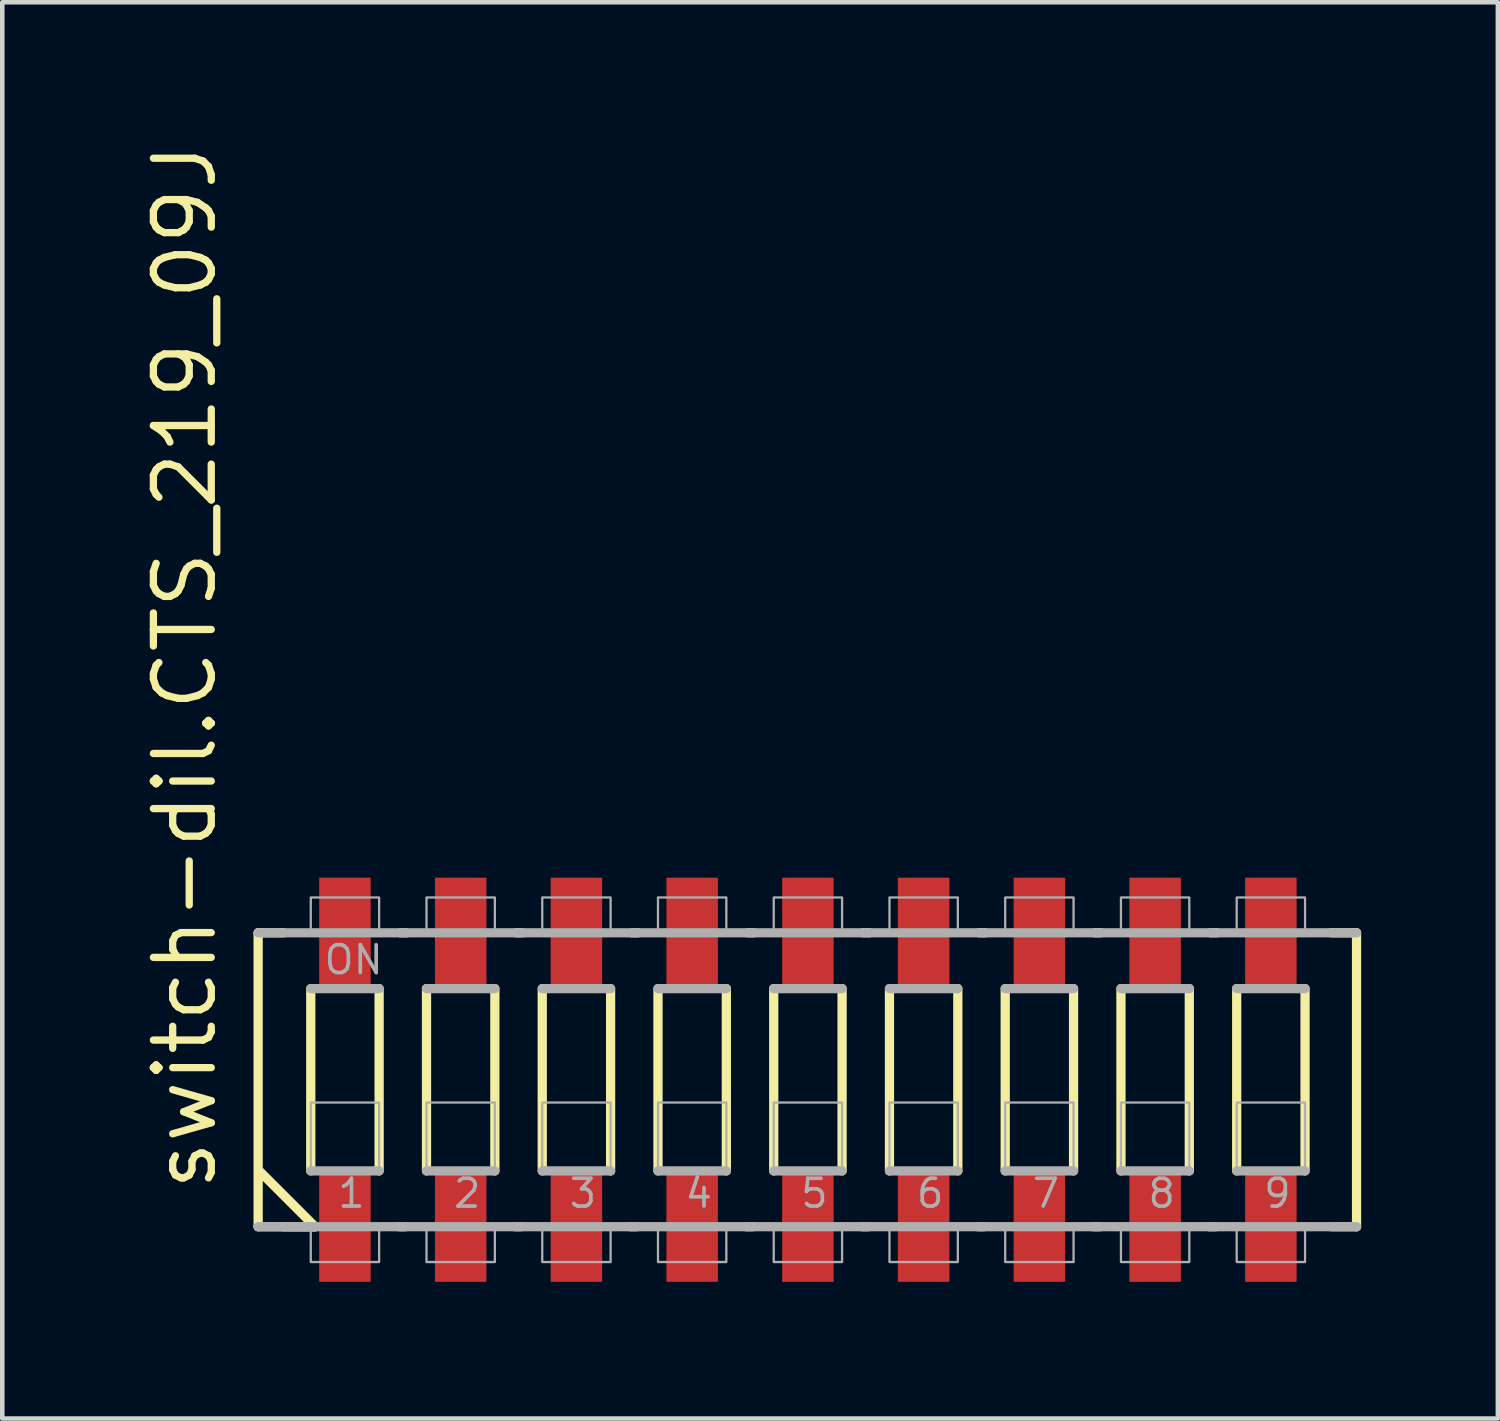
<source format=kicad_pcb>
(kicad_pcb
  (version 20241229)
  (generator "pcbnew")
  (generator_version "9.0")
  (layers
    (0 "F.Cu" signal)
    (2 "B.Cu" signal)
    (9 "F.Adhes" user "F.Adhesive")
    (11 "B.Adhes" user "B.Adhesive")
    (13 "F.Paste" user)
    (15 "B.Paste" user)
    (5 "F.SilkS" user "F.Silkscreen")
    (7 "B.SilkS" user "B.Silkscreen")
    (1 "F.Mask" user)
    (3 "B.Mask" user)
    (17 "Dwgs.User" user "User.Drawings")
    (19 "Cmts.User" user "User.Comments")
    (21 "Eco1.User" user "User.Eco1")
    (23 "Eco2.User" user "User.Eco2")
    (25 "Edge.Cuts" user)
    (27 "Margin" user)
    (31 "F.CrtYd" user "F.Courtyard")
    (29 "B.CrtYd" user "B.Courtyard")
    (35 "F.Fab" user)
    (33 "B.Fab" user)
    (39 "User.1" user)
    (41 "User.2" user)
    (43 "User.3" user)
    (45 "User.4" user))
  (footprint "switch-dil.CTS_219_09J"
    (layer "F.Cu")
    (at 14.68 20.646)
    (property "Reference" "switch-dil.CTS_219_09J" (at -12.93 2.5 90) (layer "F.SilkS") (effects (font (size 1.27 1.27) (thickness 0.16)) (justify left bottom)))
    (attr smd)
    (fp_line (start -12.065 -3.225) (end -11.51 -3.225) (stroke (width 0.203) (type default)) (layer "F.SilkS"))
    (fp_line (start -12.065 3.225) (end -12.065 -3.225) (stroke (width 0.203) (type default)) (layer "F.SilkS"))
    (fp_line (start -12.04 2) (end -10.815 3.225) (stroke (width 0.203) (type default)) (layer "F.SilkS"))
    (fp_line (start -11.51 3.225) (end -10.815 3.225) (stroke (width 0.203) (type default)) (layer "F.SilkS"))
    (fp_line (start -10.91 2) (end -10.91 -2) (stroke (width 0.203) (type default)) (layer "F.SilkS"))
    (fp_line (start -10.815 3.225) (end -12.065 3.225) (stroke (width 0.203) (type default)) (layer "F.SilkS"))
    (fp_line (start -9.41 -2) (end -9.41 2) (stroke (width 0.203) (type default)) (layer "F.SilkS"))
    (fp_line (start -8.97 3.225) (end -8.835 3.225) (stroke (width 0.203) (type default)) (layer "F.SilkS"))
    (fp_line (start -8.81 -3.225) (end -8.945 -3.225) (stroke (width 0.203) (type default)) (layer "F.SilkS"))
    (fp_line (start -8.37 2) (end -8.37 -2) (stroke (width 0.203) (type default)) (layer "F.SilkS"))
    (fp_line (start -6.87 -2) (end -6.87 2) (stroke (width 0.203) (type default)) (layer "F.SilkS"))
    (fp_line (start -6.43 3.225) (end -6.295 3.225) (stroke (width 0.203) (type default)) (layer "F.SilkS"))
    (fp_line (start -6.27 -3.225) (end -6.405 -3.225) (stroke (width 0.203) (type default)) (layer "F.SilkS"))
    (fp_line (start -5.83 2) (end -5.83 -2) (stroke (width 0.203) (type default)) (layer "F.SilkS"))
    (fp_line (start -4.33 -2) (end -4.33 2) (stroke (width 0.203) (type default)) (layer "F.SilkS"))
    (fp_line (start -3.89 3.225) (end -3.755 3.225) (stroke (width 0.203) (type default)) (layer "F.SilkS"))
    (fp_line (start -3.73 -3.225) (end -3.865 -3.225) (stroke (width 0.203) (type default)) (layer "F.SilkS"))
    (fp_line (start -3.29 2) (end -3.29 -2) (stroke (width 0.203) (type default)) (layer "F.SilkS"))
    (fp_line (start -1.79 -2) (end -1.79 2) (stroke (width 0.203) (type default)) (layer "F.SilkS"))
    (fp_line (start -1.35 3.225) (end -1.215 3.225) (stroke (width 0.203) (type default)) (layer "F.SilkS"))
    (fp_line (start -1.19 -3.225) (end -1.325 -3.225) (stroke (width 0.203) (type default)) (layer "F.SilkS"))
    (fp_line (start -0.75 2) (end -0.75 -2) (stroke (width 0.203) (type default)) (layer "F.SilkS"))
    (fp_line (start 0.75 -2) (end 0.75 2) (stroke (width 0.203) (type default)) (layer "F.SilkS"))
    (fp_line (start 1.19 3.225) (end 1.325 3.225) (stroke (width 0.203) (type default)) (layer "F.SilkS"))
    (fp_line (start 1.35 -3.225) (end 1.215 -3.225) (stroke (width 0.203) (type default)) (layer "F.SilkS"))
    (fp_line (start 1.79 2) (end 1.79 -2) (stroke (width 0.203) (type default)) (layer "F.SilkS"))
    (fp_line (start 3.29 -2) (end 3.29 2) (stroke (width 0.203) (type default)) (layer "F.SilkS"))
    (fp_line (start 3.73 3.225) (end 3.865 3.225) (stroke (width 0.203) (type default)) (layer "F.SilkS"))
    (fp_line (start 3.89 -3.225) (end 3.755 -3.225) (stroke (width 0.203) (type default)) (layer "F.SilkS"))
    (fp_line (start 4.33 2) (end 4.33 -2) (stroke (width 0.203) (type default)) (layer "F.SilkS"))
    (fp_line (start 5.83 -2) (end 5.83 2) (stroke (width 0.203) (type default)) (layer "F.SilkS"))
    (fp_line (start 6.27 3.225) (end 6.405 3.225) (stroke (width 0.203) (type default)) (layer "F.SilkS"))
    (fp_line (start 6.43 -3.225) (end 6.295 -3.225) (stroke (width 0.203) (type default)) (layer "F.SilkS"))
    (fp_line (start 6.87 2) (end 6.87 -2) (stroke (width 0.203) (type default)) (layer "F.SilkS"))
    (fp_line (start 8.37 -2) (end 8.37 2) (stroke (width 0.203) (type default)) (layer "F.SilkS"))
    (fp_line (start 8.81 3.225) (end 8.945 3.225) (stroke (width 0.203) (type default)) (layer "F.SilkS"))
    (fp_line (start 8.97 -3.225) (end 8.835 -3.225) (stroke (width 0.203) (type default)) (layer "F.SilkS"))
    (fp_line (start 9.41 2) (end 9.41 -2) (stroke (width 0.203) (type default)) (layer "F.SilkS"))
    (fp_line (start 10.91 -2) (end 10.91 2) (stroke (width 0.203) (type default)) (layer "F.SilkS"))
    (fp_line (start 11.485 -3.225) (end 12.04 -3.225) (stroke (width 0.203) (type default)) (layer "F.SilkS"))
    (fp_line (start 12.04 -3.225) (end 12.04 3.225) (stroke (width 0.203) (type default)) (layer "F.SilkS"))
    (fp_line (start 12.04 3.225) (end 11.485 3.225) (stroke (width 0.203) (type default)) (layer "F.SilkS"))
    (fp_line (start -12.065 -3.225) (end 12.04 -3.225) (stroke (width 0.203) (type default)) (layer "F.Fab"))
    (fp_line (start -10.91 -2) (end -9.41 -2) (stroke (width 0.203) (type default)) (layer "F.Fab"))
    (fp_line (start -9.41 2) (end -10.91 2) (stroke (width 0.203) (type default)) (layer "F.Fab"))
    (fp_line (start -8.37 -2) (end -6.87 -2) (stroke (width 0.203) (type default)) (layer "F.Fab"))
    (fp_line (start -6.87 2) (end -8.37 2) (stroke (width 0.203) (type default)) (layer "F.Fab"))
    (fp_line (start -5.83 -2) (end -4.33 -2) (stroke (width 0.203) (type default)) (layer "F.Fab"))
    (fp_line (start -4.33 2) (end -5.83 2) (stroke (width 0.203) (type default)) (layer "F.Fab"))
    (fp_line (start -3.29 -2) (end -1.79 -2) (stroke (width 0.203) (type default)) (layer "F.Fab"))
    (fp_line (start -1.79 2) (end -3.29 2) (stroke (width 0.203) (type default)) (layer "F.Fab"))
    (fp_line (start -0.75 -2) (end 0.75 -2) (stroke (width 0.203) (type default)) (layer "F.Fab"))
    (fp_line (start 0.75 2) (end -0.75 2) (stroke (width 0.203) (type default)) (layer "F.Fab"))
    (fp_line (start 1.79 -2) (end 3.29 -2) (stroke (width 0.203) (type default)) (layer "F.Fab"))
    (fp_line (start 3.29 2) (end 1.79 2) (stroke (width 0.203) (type default)) (layer "F.Fab"))
    (fp_line (start 4.33 -2) (end 5.83 -2) (stroke (width 0.203) (type default)) (layer "F.Fab"))
    (fp_line (start 5.83 2) (end 4.33 2) (stroke (width 0.203) (type default)) (layer "F.Fab"))
    (fp_line (start 6.87 -2) (end 8.37 -2) (stroke (width 0.203) (type default)) (layer "F.Fab"))
    (fp_line (start 8.37 2) (end 6.87 2) (stroke (width 0.203) (type default)) (layer "F.Fab"))
    (fp_line (start 9.41 -2) (end 10.91 -2) (stroke (width 0.203) (type default)) (layer "F.Fab"))
    (fp_line (start 10.91 2) (end 9.41 2) (stroke (width 0.203) (type default)) (layer "F.Fab"))
    (fp_line (start 12.04 3.225) (end -12.065 3.225) (stroke (width 0.203) (type default)) (layer "F.Fab"))
    (fp_rect (start -10.91 -3.25) (end -9.41 -4) (stroke (width 0.05) (type default)) (fill no) (layer "F.Fab"))
    (fp_rect (start -10.91 2) (end -9.41 0.5) (stroke (width 0.05) (type default)) (fill no) (layer "F.Fab"))
    (fp_rect (start -10.91 4) (end -9.41 3.25) (stroke (width 0.05) (type default)) (fill no) (layer "F.Fab"))
    (fp_rect (start -8.37 -3.25) (end -6.87 -4) (stroke (width 0.05) (type default)) (fill no) (layer "F.Fab"))
    (fp_rect (start -8.37 2) (end -6.87 0.5) (stroke (width 0.05) (type default)) (fill no) (layer "F.Fab"))
    (fp_rect (start -8.37 4) (end -6.87 3.25) (stroke (width 0.05) (type default)) (fill no) (layer "F.Fab"))
    (fp_rect (start -5.83 -3.25) (end -4.33 -4) (stroke (width 0.05) (type default)) (fill no) (layer "F.Fab"))
    (fp_rect (start -5.83 2) (end -4.33 0.5) (stroke (width 0.05) (type default)) (fill no) (layer "F.Fab"))
    (fp_rect (start -5.83 4) (end -4.33 3.25) (stroke (width 0.05) (type default)) (fill no) (layer "F.Fab"))
    (fp_rect (start -3.29 -3.25) (end -1.79 -4) (stroke (width 0.05) (type default)) (fill no) (layer "F.Fab"))
    (fp_rect (start -3.29 2) (end -1.79 0.5) (stroke (width 0.05) (type default)) (fill no) (layer "F.Fab"))
    (fp_rect (start -3.29 4) (end -1.79 3.25) (stroke (width 0.05) (type default)) (fill no) (layer "F.Fab"))
    (fp_rect (start -0.75 -3.25) (end 0.75 -4) (stroke (width 0.05) (type default)) (fill no) (layer "F.Fab"))
    (fp_rect (start -0.75 2) (end 0.75 0.5) (stroke (width 0.05) (type default)) (fill no) (layer "F.Fab"))
    (fp_rect (start -0.75 4) (end 0.75 3.25) (stroke (width 0.05) (type default)) (fill no) (layer "F.Fab"))
    (fp_rect (start 1.79 -3.25) (end 3.29 -4) (stroke (width 0.05) (type default)) (fill no) (layer "F.Fab"))
    (fp_rect (start 1.79 2) (end 3.29 0.5) (stroke (width 0.05) (type default)) (fill no) (layer "F.Fab"))
    (fp_rect (start 1.79 4) (end 3.29 3.25) (stroke (width 0.05) (type default)) (fill no) (layer "F.Fab"))
    (fp_rect (start 4.33 -3.25) (end 5.83 -4) (stroke (width 0.05) (type default)) (fill no) (layer "F.Fab"))
    (fp_rect (start 4.33 2) (end 5.83 0.5) (stroke (width 0.05) (type default)) (fill no) (layer "F.Fab"))
    (fp_rect (start 4.33 4) (end 5.83 3.25) (stroke (width 0.05) (type default)) (fill no) (layer "F.Fab"))
    (fp_rect (start 6.87 -3.25) (end 8.37 -4) (stroke (width 0.05) (type default)) (fill no) (layer "F.Fab"))
    (fp_rect (start 6.87 2) (end 8.37 0.5) (stroke (width 0.05) (type default)) (fill no) (layer "F.Fab"))
    (fp_rect (start 6.87 4) (end 8.37 3.25) (stroke (width 0.05) (type default)) (fill no) (layer "F.Fab"))
    (fp_rect (start 9.41 -3.25) (end 10.91 -4) (stroke (width 0.05) (type default)) (fill no) (layer "F.Fab"))
    (fp_rect (start 9.41 2) (end 10.91 0.5) (stroke (width 0.05) (type default)) (fill no) (layer "F.Fab"))
    (fp_rect (start 9.41 4) (end 10.91 3.25) (stroke (width 0.05) (type default)) (fill no) (layer "F.Fab"))
    (fp_text user "6" (at 2.34 2.85 0) (layer "F.Fab") (effects (font (size 0.61 0.61) (thickness 0.08)) (justify left bottom)))
    (fp_text user "1" (at -10.36 2.85 0) (layer "F.Fab") (effects (font (size 0.61 0.61) (thickness 0.08)) (justify left bottom)))
    (fp_text user "3" (at -5.28 2.85 0) (layer "F.Fab") (effects (font (size 0.61 0.61) (thickness 0.08)) (justify left bottom)))
    (fp_text user "ON" (at -10.66 -2.275 0) (layer "F.Fab") (effects (font (size 0.61 0.61) (thickness 0.08)) (justify left bottom)))
    (fp_text user "4" (at -2.74 2.85 0) (layer "F.Fab") (effects (font (size 0.61 0.61) (thickness 0.08)) (justify left bottom)))
    (fp_text user "2" (at -7.82 2.85 0) (layer "F.Fab") (effects (font (size 0.61 0.61) (thickness 0.08)) (justify left bottom)))
    (fp_text user "7" (at 4.88 2.85 0) (layer "F.Fab") (effects (font (size 0.61 0.61) (thickness 0.08)) (justify left bottom)))
    (fp_text user "5" (at -0.2 2.85 0) (layer "F.Fab") (effects (font (size 0.61 0.61) (thickness 0.08)) (justify left bottom)))
    (fp_text user "8" (at 7.42 2.85 0) (layer "F.Fab") (effects (font (size 0.61 0.61) (thickness 0.08)) (justify left bottom)))
    (fp_text user "9" (at 9.96 2.85 0) (layer "F.Fab") (effects (font (size 0.61 0.61) (thickness 0.08)) (justify left bottom)))
    (pad "1" smd roundrect (at -10.16 3.215) (size 1.13 2.44) (layers "F.Cu" "F.Mask" "F.Paste") (roundrect_rratio 0.01))
    (pad "2" smd roundrect (at -7.62 3.215) (size 1.13 2.44) (layers "F.Cu" "F.Mask" "F.Paste") (roundrect_rratio 0.01))
    (pad "3" smd roundrect (at -5.08 3.215) (size 1.13 2.44) (layers "F.Cu" "F.Mask" "F.Paste") (roundrect_rratio 0.01))
    (pad "4" smd roundrect (at -2.54 3.215) (size 1.13 2.44) (layers "F.Cu" "F.Mask" "F.Paste") (roundrect_rratio 0.01))
    (pad "5" smd roundrect (at 0 3.215) (size 1.13 2.44) (layers "F.Cu" "F.Mask" "F.Paste") (roundrect_rratio 0.01))
    (pad "6" smd roundrect (at 2.54 3.215) (size 1.13 2.44) (layers "F.Cu" "F.Mask" "F.Paste") (roundrect_rratio 0.01))
    (pad "7" smd roundrect (at 5.08 3.215) (size 1.13 2.44) (layers "F.Cu" "F.Mask" "F.Paste") (roundrect_rratio 0.01))
    (pad "8" smd roundrect (at 7.62 3.215) (size 1.13 2.44) (layers "F.Cu" "F.Mask" "F.Paste") (roundrect_rratio 0.01))
    (pad "9" smd roundrect (at 10.16 3.215) (size 1.13 2.44) (layers "F.Cu" "F.Mask" "F.Paste") (roundrect_rratio 0.01))
    (pad "10" smd roundrect (at 10.16 -3.215 180) (size 1.13 2.44) (layers "F.Cu" "F.Mask" "F.Paste") (roundrect_rratio 0.01))
    (pad "11" smd roundrect (at 7.62 -3.215 180) (size 1.13 2.44) (layers "F.Cu" "F.Mask" "F.Paste") (roundrect_rratio 0.01))
    (pad "12" smd roundrect (at 5.08 -3.215 180) (size 1.13 2.44) (layers "F.Cu" "F.Mask" "F.Paste") (roundrect_rratio 0.01))
    (pad "13" smd roundrect (at 2.54 -3.215 180) (size 1.13 2.44) (layers "F.Cu" "F.Mask" "F.Paste") (roundrect_rratio 0.01))
    (pad "14" smd roundrect (at 0 -3.215 180) (size 1.13 2.44) (layers "F.Cu" "F.Mask" "F.Paste") (roundrect_rratio 0.01))
    (pad "15" smd roundrect (at -2.54 -3.215 180) (size 1.13 2.44) (layers "F.Cu" "F.Mask" "F.Paste") (roundrect_rratio 0.01))
    (pad "16" smd roundrect (at -5.08 -3.215 180) (size 1.13 2.44) (layers "F.Cu" "F.Mask" "F.Paste") (roundrect_rratio 0.01))
    (pad "17" smd roundrect (at -7.62 -3.215 180) (size 1.13 2.44) (layers "F.Cu" "F.Mask" "F.Paste") (roundrect_rratio 0.01))
    (pad "18" smd roundrect (at -10.16 -3.215 180) (size 1.13 2.44) (layers "F.Cu" "F.Mask" "F.Paste") (roundrect_rratio 0.01)))
  (gr_rect
    (start -3 -3)
    (end 29.822 28.081)
    (stroke (width 0.1) (type default))
    (fill no)
    (layer "Edge.Cuts")))
</source>
